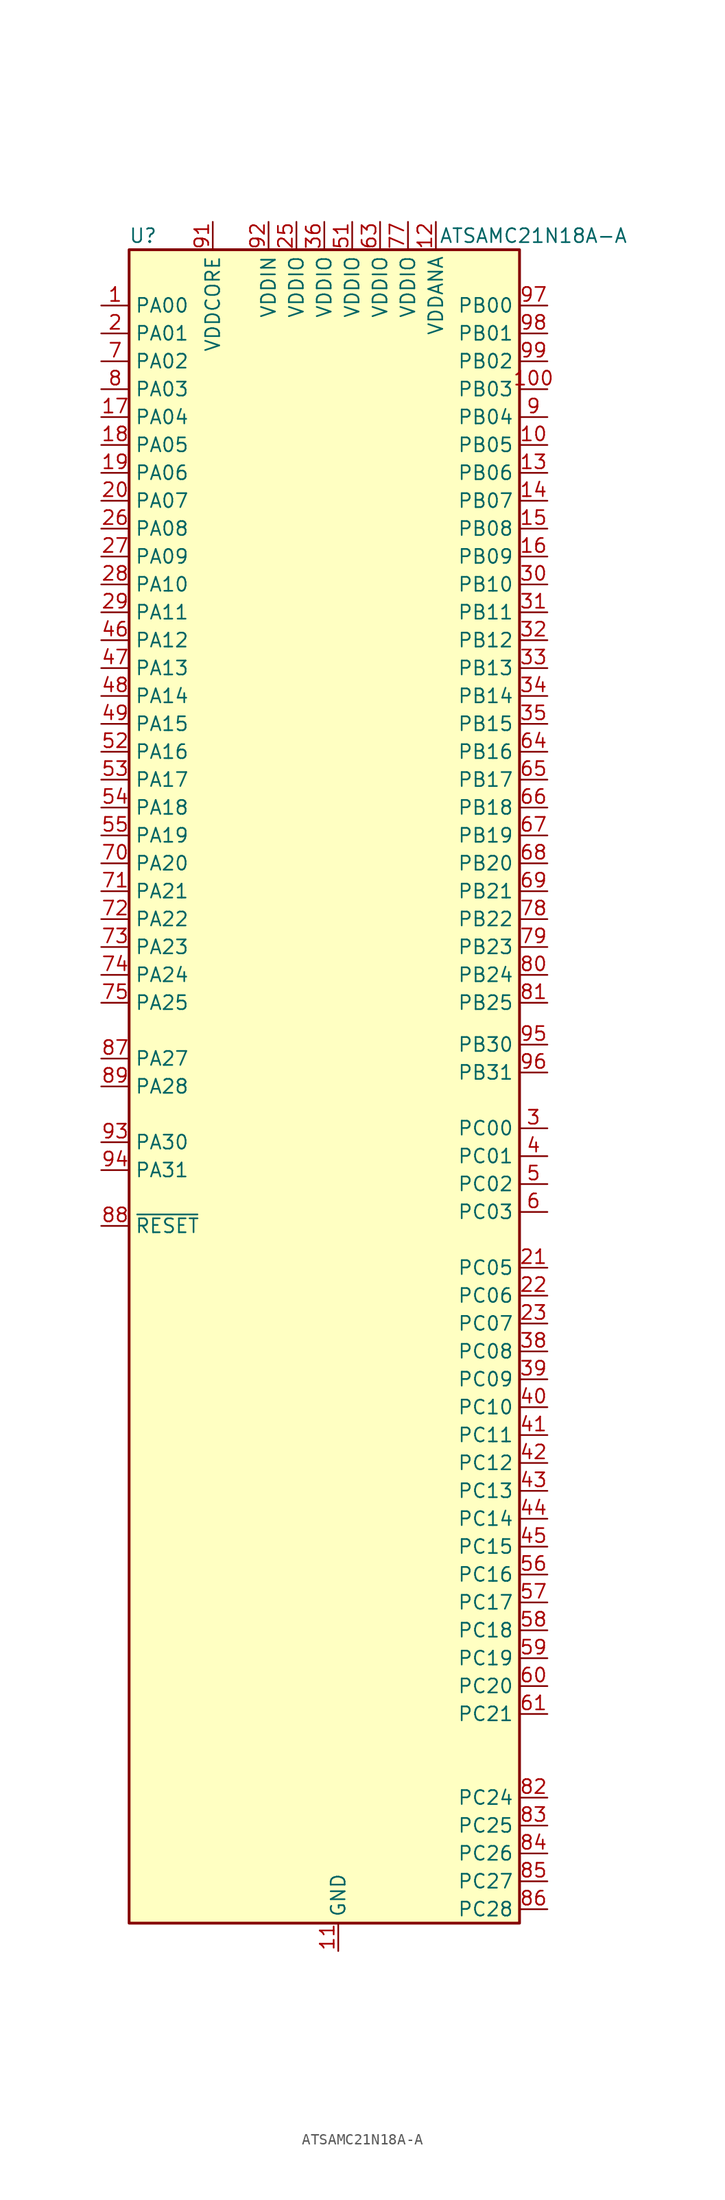
<source format=kicad_sym>
(kicad_symbol_lib
  (version 20220914)
  (generator kicad_symbol_editor)
  (symbol "ATSAMC21N18A-A"
    (property "Reference" "U"
      (at -17.78 78.74 0)
      (effects (font (size 1.27 1.27))))
    (property "Value" "ATSAMC21N18A-A"
      (at 17.78 78.74 0)
      (effects (font (size 1.27 1.27))))
    (symbol "ATSAMC21N18A-A_0_1"
      (rectangle (start -19.05 77.47) (end 16.51 -74.93) (stroke (width 0.254) (type default)) (fill (type background))))
    (symbol "ATSAMC21N18A-A_1_1"
      (pin bidirectional line (at -21.59 72.39 0) (length 2.54) (name "PA00" (effects (font (size 1.27 1.27)))) (number "1" (effects (font (size 1.27 1.27)))))
      (pin bidirectional line (at 19.05 59.69 180) (length 2.54) (name "PB05" (effects (font (size 1.27 1.27)))) (number "10" (effects (font (size 1.27 1.27)))))
      (pin bidirectional line (at 19.05 64.77 180) (length 2.54) (name "PB03" (effects (font (size 1.27 1.27)))) (number "100" (effects (font (size 1.27 1.27)))))
      (pin power_in line (at 0 -77.47 90) (length 2.54) (name "GND" (effects (font (size 1.27 1.27)))) (number "11" (effects (font (size 1.27 1.27)))))
      (pin power_in line (at 8.89 80.01 270) (length 2.54) (name "VDDANA" (effects (font (size 1.27 1.27)))) (number "12" (effects (font (size 1.27 1.27)))))
      (pin bidirectional line (at 19.05 57.15 180) (length 2.54) (name "PB06" (effects (font (size 1.27 1.27)))) (number "13" (effects (font (size 1.27 1.27)))))
      (pin bidirectional line (at 19.05 54.61 180) (length 2.54) (name "PB07" (effects (font (size 1.27 1.27)))) (number "14" (effects (font (size 1.27 1.27)))))
      (pin bidirectional line (at 19.05 52.07 180) (length 2.54) (name "PB08" (effects (font (size 1.27 1.27)))) (number "15" (effects (font (size 1.27 1.27)))))
      (pin bidirectional line (at 19.05 49.53 180) (length 2.54) (name "PB09" (effects (font (size 1.27 1.27)))) (number "16" (effects (font (size 1.27 1.27)))))
      (pin bidirectional line (at -21.59 62.23 0) (length 2.54) (name "PA04" (effects (font (size 1.27 1.27)))) (number "17" (effects (font (size 1.27 1.27)))))
      (pin bidirectional line (at -21.59 59.69 0) (length 2.54) (name "PA05" (effects (font (size 1.27 1.27)))) (number "18" (effects (font (size 1.27 1.27)))))
      (pin bidirectional line (at -21.59 57.15 0) (length 2.54) (name "PA06" (effects (font (size 1.27 1.27)))) (number "19" (effects (font (size 1.27 1.27)))))
      (pin bidirectional line (at -21.59 69.85 0) (length 2.54) (name "PA01" (effects (font (size 1.27 1.27)))) (number "2" (effects (font (size 1.27 1.27)))))
      (pin bidirectional line (at -21.59 54.61 0) (length 2.54) (name "PA07" (effects (font (size 1.27 1.27)))) (number "20" (effects (font (size 1.27 1.27)))))
      (pin bidirectional line (at 19.05 -15.24 180) (length 2.54) (name "PC05" (effects (font (size 1.27 1.27)))) (number "21" (effects (font (size 1.27 1.27)))))
      (pin bidirectional line (at 19.05 -17.78 180) (length 2.54) (name "PC06" (effects (font (size 1.27 1.27)))) (number "22" (effects (font (size 1.27 1.27)))))
      (pin bidirectional line (at 19.05 -20.32 180) (length 2.54) (name "PC07" (effects (font (size 1.27 1.27)))) (number "23" (effects (font (size 1.27 1.27)))))
      (pin passive line (at 0 -77.47 90) (length 2.54) hide (name "GND" (effects (font (size 1.27 1.27)))) (number "24" (effects (font (size 1.27 1.27)))))
      (pin power_in line (at -3.81 80.01 270) (length 2.54) (name "VDDIO" (effects (font (size 1.27 1.27)))) (number "25" (effects (font (size 1.27 1.27)))))
      (pin bidirectional line (at -21.59 52.07 0) (length 2.54) (name "PA08" (effects (font (size 1.27 1.27)))) (number "26" (effects (font (size 1.27 1.27)))))
      (pin bidirectional line (at -21.59 49.53 0) (length 2.54) (name "PA09" (effects (font (size 1.27 1.27)))) (number "27" (effects (font (size 1.27 1.27)))))
      (pin bidirectional line (at -21.59 46.99 0) (length 2.54) (name "PA10" (effects (font (size 1.27 1.27)))) (number "28" (effects (font (size 1.27 1.27)))))
      (pin bidirectional line (at -21.59 44.45 0) (length 2.54) (name "PA11" (effects (font (size 1.27 1.27)))) (number "29" (effects (font (size 1.27 1.27)))))
      (pin bidirectional line (at 19.05 -2.54 180) (length 2.54) (name "PC00" (effects (font (size 1.27 1.27)))) (number "3" (effects (font (size 1.27 1.27)))))
      (pin bidirectional line (at 19.05 46.99 180) (length 2.54) (name "PB10" (effects (font (size 1.27 1.27)))) (number "30" (effects (font (size 1.27 1.27)))))
      (pin bidirectional line (at 19.05 44.45 180) (length 2.54) (name "PB11" (effects (font (size 1.27 1.27)))) (number "31" (effects (font (size 1.27 1.27)))))
      (pin bidirectional line (at 19.05 41.91 180) (length 2.54) (name "PB12" (effects (font (size 1.27 1.27)))) (number "32" (effects (font (size 1.27 1.27)))))
      (pin bidirectional line (at 19.05 39.37 180) (length 2.54) (name "PB13" (effects (font (size 1.27 1.27)))) (number "33" (effects (font (size 1.27 1.27)))))
      (pin bidirectional line (at 19.05 36.83 180) (length 2.54) (name "PB14" (effects (font (size 1.27 1.27)))) (number "34" (effects (font (size 1.27 1.27)))))
      (pin bidirectional line (at 19.05 34.29 180) (length 2.54) (name "PB15" (effects (font (size 1.27 1.27)))) (number "35" (effects (font (size 1.27 1.27)))))
      (pin power_in line (at -1.27 80.01 270) (length 2.54) (name "VDDIO" (effects (font (size 1.27 1.27)))) (number "36" (effects (font (size 1.27 1.27)))))
      (pin passive line (at 0 -77.47 90) (length 2.54) hide (name "GND" (effects (font (size 1.27 1.27)))) (number "37" (effects (font (size 1.27 1.27)))))
      (pin bidirectional line (at 19.05 -22.86 180) (length 2.54) (name "PC08" (effects (font (size 1.27 1.27)))) (number "38" (effects (font (size 1.27 1.27)))))
      (pin bidirectional line (at 19.05 -25.4 180) (length 2.54) (name "PC09" (effects (font (size 1.27 1.27)))) (number "39" (effects (font (size 1.27 1.27)))))
      (pin bidirectional line (at 19.05 -5.08 180) (length 2.54) (name "PC01" (effects (font (size 1.27 1.27)))) (number "4" (effects (font (size 1.27 1.27)))))
      (pin bidirectional line (at 19.05 -27.94 180) (length 2.54) (name "PC10" (effects (font (size 1.27 1.27)))) (number "40" (effects (font (size 1.27 1.27)))))
      (pin bidirectional line (at 19.05 -30.48 180) (length 2.54) (name "PC11" (effects (font (size 1.27 1.27)))) (number "41" (effects (font (size 1.27 1.27)))))
      (pin bidirectional line (at 19.05 -33.02 180) (length 2.54) (name "PC12" (effects (font (size 1.27 1.27)))) (number "42" (effects (font (size 1.27 1.27)))))
      (pin bidirectional line (at 19.05 -35.56 180) (length 2.54) (name "PC13" (effects (font (size 1.27 1.27)))) (number "43" (effects (font (size 1.27 1.27)))))
      (pin bidirectional line (at 19.05 -38.1 180) (length 2.54) (name "PC14" (effects (font (size 1.27 1.27)))) (number "44" (effects (font (size 1.27 1.27)))))
      (pin bidirectional line (at 19.05 -40.64 180) (length 2.54) (name "PC15" (effects (font (size 1.27 1.27)))) (number "45" (effects (font (size 1.27 1.27)))))
      (pin bidirectional line (at -21.59 41.91 0) (length 2.54) (name "PA12" (effects (font (size 1.27 1.27)))) (number "46" (effects (font (size 1.27 1.27)))))
      (pin bidirectional line (at -21.59 39.37 0) (length 2.54) (name "PA13" (effects (font (size 1.27 1.27)))) (number "47" (effects (font (size 1.27 1.27)))))
      (pin bidirectional line (at -21.59 36.83 0) (length 2.54) (name "PA14" (effects (font (size 1.27 1.27)))) (number "48" (effects (font (size 1.27 1.27)))))
      (pin bidirectional line (at -21.59 34.29 0) (length 2.54) (name "PA15" (effects (font (size 1.27 1.27)))) (number "49" (effects (font (size 1.27 1.27)))))
      (pin bidirectional line (at 19.05 -7.62 180) (length 2.54) (name "PC02" (effects (font (size 1.27 1.27)))) (number "5" (effects (font (size 1.27 1.27)))))
      (pin passive line (at 0 -77.47 90) (length 2.54) hide (name "GND" (effects (font (size 1.27 1.27)))) (number "50" (effects (font (size 1.27 1.27)))))
      (pin power_in line (at 1.27 80.01 270) (length 2.54) (name "VDDIO" (effects (font (size 1.27 1.27)))) (number "51" (effects (font (size 1.27 1.27)))))
      (pin bidirectional line (at -21.59 31.75 0) (length 2.54) (name "PA16" (effects (font (size 1.27 1.27)))) (number "52" (effects (font (size 1.27 1.27)))))
      (pin bidirectional line (at -21.59 29.21 0) (length 2.54) (name "PA17" (effects (font (size 1.27 1.27)))) (number "53" (effects (font (size 1.27 1.27)))))
      (pin bidirectional line (at -21.59 26.67 0) (length 2.54) (name "PA18" (effects (font (size 1.27 1.27)))) (number "54" (effects (font (size 1.27 1.27)))))
      (pin bidirectional line (at -21.59 24.13 0) (length 2.54) (name "PA19" (effects (font (size 1.27 1.27)))) (number "55" (effects (font (size 1.27 1.27)))))
      (pin bidirectional line (at 19.05 -43.18 180) (length 2.54) (name "PC16" (effects (font (size 1.27 1.27)))) (number "56" (effects (font (size 1.27 1.27)))))
      (pin bidirectional line (at 19.05 -45.72 180) (length 2.54) (name "PC17" (effects (font (size 1.27 1.27)))) (number "57" (effects (font (size 1.27 1.27)))))
      (pin bidirectional line (at 19.05 -48.26 180) (length 2.54) (name "PC18" (effects (font (size 1.27 1.27)))) (number "58" (effects (font (size 1.27 1.27)))))
      (pin bidirectional line (at 19.05 -50.8 180) (length 2.54) (name "PC19" (effects (font (size 1.27 1.27)))) (number "59" (effects (font (size 1.27 1.27)))))
      (pin bidirectional line (at 19.05 -10.16 180) (length 2.54) (name "PC03" (effects (font (size 1.27 1.27)))) (number "6" (effects (font (size 1.27 1.27)))))
      (pin bidirectional line (at 19.05 -53.34 180) (length 2.54) (name "PC20" (effects (font (size 1.27 1.27)))) (number "60" (effects (font (size 1.27 1.27)))))
      (pin bidirectional line (at 19.05 -55.88 180) (length 2.54) (name "PC21" (effects (font (size 1.27 1.27)))) (number "61" (effects (font (size 1.27 1.27)))))
      (pin passive line (at 0 -77.47 90) (length 2.54) hide (name "GND" (effects (font (size 1.27 1.27)))) (number "62" (effects (font (size 1.27 1.27)))))
      (pin power_in line (at 3.81 80.01 270) (length 2.54) (name "VDDIO" (effects (font (size 1.27 1.27)))) (number "63" (effects (font (size 1.27 1.27)))))
      (pin bidirectional line (at 19.05 31.75 180) (length 2.54) (name "PB16" (effects (font (size 1.27 1.27)))) (number "64" (effects (font (size 1.27 1.27)))))
      (pin bidirectional line (at 19.05 29.21 180) (length 2.54) (name "PB17" (effects (font (size 1.27 1.27)))) (number "65" (effects (font (size 1.27 1.27)))))
      (pin bidirectional line (at 19.05 26.67 180) (length 2.54) (name "PB18" (effects (font (size 1.27 1.27)))) (number "66" (effects (font (size 1.27 1.27)))))
      (pin bidirectional line (at 19.05 24.13 180) (length 2.54) (name "PB19" (effects (font (size 1.27 1.27)))) (number "67" (effects (font (size 1.27 1.27)))))
      (pin bidirectional line (at 19.05 21.59 180) (length 2.54) (name "PB20" (effects (font (size 1.27 1.27)))) (number "68" (effects (font (size 1.27 1.27)))))
      (pin bidirectional line (at 19.05 19.05 180) (length 2.54) (name "PB21" (effects (font (size 1.27 1.27)))) (number "69" (effects (font (size 1.27 1.27)))))
      (pin bidirectional line (at -21.59 67.31 0) (length 2.54) (name "PA02" (effects (font (size 1.27 1.27)))) (number "7" (effects (font (size 1.27 1.27)))))
      (pin bidirectional line (at -21.59 21.59 0) (length 2.54) (name "PA20" (effects (font (size 1.27 1.27)))) (number "70" (effects (font (size 1.27 1.27)))))
      (pin bidirectional line (at -21.59 19.05 0) (length 2.54) (name "PA21" (effects (font (size 1.27 1.27)))) (number "71" (effects (font (size 1.27 1.27)))))
      (pin bidirectional line (at -21.59 16.51 0) (length 2.54) (name "PA22" (effects (font (size 1.27 1.27)))) (number "72" (effects (font (size 1.27 1.27)))))
      (pin bidirectional line (at -21.59 13.97 0) (length 2.54) (name "PA23" (effects (font (size 1.27 1.27)))) (number "73" (effects (font (size 1.27 1.27)))))
      (pin bidirectional line (at -21.59 11.43 0) (length 2.54) (name "PA24" (effects (font (size 1.27 1.27)))) (number "74" (effects (font (size 1.27 1.27)))))
      (pin bidirectional line (at -21.59 8.89 0) (length 2.54) (name "PA25" (effects (font (size 1.27 1.27)))) (number "75" (effects (font (size 1.27 1.27)))))
      (pin passive line (at 0 -77.47 90) (length 2.54) hide (name "GND" (effects (font (size 1.27 1.27)))) (number "76" (effects (font (size 1.27 1.27)))))
      (pin power_in line (at 6.35 80.01 270) (length 2.54) (name "VDDIO" (effects (font (size 1.27 1.27)))) (number "77" (effects (font (size 1.27 1.27)))))
      (pin bidirectional line (at 19.05 16.51 180) (length 2.54) (name "PB22" (effects (font (size 1.27 1.27)))) (number "78" (effects (font (size 1.27 1.27)))))
      (pin bidirectional line (at 19.05 13.97 180) (length 2.54) (name "PB23" (effects (font (size 1.27 1.27)))) (number "79" (effects (font (size 1.27 1.27)))))
      (pin bidirectional line (at -21.59 64.77 0) (length 2.54) (name "PA03" (effects (font (size 1.27 1.27)))) (number "8" (effects (font (size 1.27 1.27)))))
      (pin bidirectional line (at 19.05 11.43 180) (length 2.54) (name "PB24" (effects (font (size 1.27 1.27)))) (number "80" (effects (font (size 1.27 1.27)))))
      (pin bidirectional line (at 19.05 8.89 180) (length 2.54) (name "PB25" (effects (font (size 1.27 1.27)))) (number "81" (effects (font (size 1.27 1.27)))))
      (pin bidirectional line (at 19.05 -63.5 180) (length 2.54) (name "PC24" (effects (font (size 1.27 1.27)))) (number "82" (effects (font (size 1.27 1.27)))))
      (pin bidirectional line (at 19.05 -66.04 180) (length 2.54) (name "PC25" (effects (font (size 1.27 1.27)))) (number "83" (effects (font (size 1.27 1.27)))))
      (pin bidirectional line (at 19.05 -68.58 180) (length 2.54) (name "PC26" (effects (font (size 1.27 1.27)))) (number "84" (effects (font (size 1.27 1.27)))))
      (pin bidirectional line (at 19.05 -71.12 180) (length 2.54) (name "PC27" (effects (font (size 1.27 1.27)))) (number "85" (effects (font (size 1.27 1.27)))))
      (pin bidirectional line (at 19.05 -73.66 180) (length 2.54) (name "PC28" (effects (font (size 1.27 1.27)))) (number "86" (effects (font (size 1.27 1.27)))))
      (pin bidirectional line (at -21.59 3.81 0) (length 2.54) (name "PA27" (effects (font (size 1.27 1.27)))) (number "87" (effects (font (size 1.27 1.27)))))
      (pin input line (at -21.59 -11.43 0) (length 2.54) (name "~{RESET}" (effects (font (size 1.27 1.27)))) (number "88" (effects (font (size 1.27 1.27)))))
      (pin bidirectional line (at -21.59 1.27 0) (length 2.54) (name "PA28" (effects (font (size 1.27 1.27)))) (number "89" (effects (font (size 1.27 1.27)))))
      (pin bidirectional line (at 19.05 62.23 180) (length 2.54) (name "PB04" (effects (font (size 1.27 1.27)))) (number "9" (effects (font (size 1.27 1.27)))))
      (pin passive line (at 0 -77.47 90) (length 2.54) hide (name "GND" (effects (font (size 1.27 1.27)))) (number "90" (effects (font (size 1.27 1.27)))))
      (pin power_out line (at -11.43 80.01 270) (length 2.54) (name "VDDCORE" (effects (font (size 1.27 1.27)))) (number "91" (effects (font (size 1.27 1.27)))))
      (pin power_in line (at -6.35 80.01 270) (length 2.54) (name "VDDIN" (effects (font (size 1.27 1.27)))) (number "92" (effects (font (size 1.27 1.27)))))
      (pin bidirectional line (at -21.59 -3.81 0) (length 2.54) (name "PA30" (effects (font (size 1.27 1.27)))) (number "93" (effects (font (size 1.27 1.27)))))
      (pin bidirectional line (at -21.59 -6.35 0) (length 2.54) (name "PA31" (effects (font (size 1.27 1.27)))) (number "94" (effects (font (size 1.27 1.27)))))
      (pin bidirectional line (at 19.05 5.08 180) (length 2.54) (name "PB30" (effects (font (size 1.27 1.27)))) (number "95" (effects (font (size 1.27 1.27)))))
      (pin bidirectional line (at 19.05 2.54 180) (length 2.54) (name "PB31" (effects (font (size 1.27 1.27)))) (number "96" (effects (font (size 1.27 1.27)))))
      (pin bidirectional line (at 19.05 72.39 180) (length 2.54) (name "PB00" (effects (font (size 1.27 1.27)))) (number "97" (effects (font (size 1.27 1.27)))))
      (pin bidirectional line (at 19.05 69.85 180) (length 2.54) (name "PB01" (effects (font (size 1.27 1.27)))) (number "98" (effects (font (size 1.27 1.27)))))
      (pin bidirectional line (at 19.05 67.31 180) (length 2.54) (name "PB02" (effects (font (size 1.27 1.27)))) (number "99" (effects (font (size 1.27 1.27))))))))
</source>
